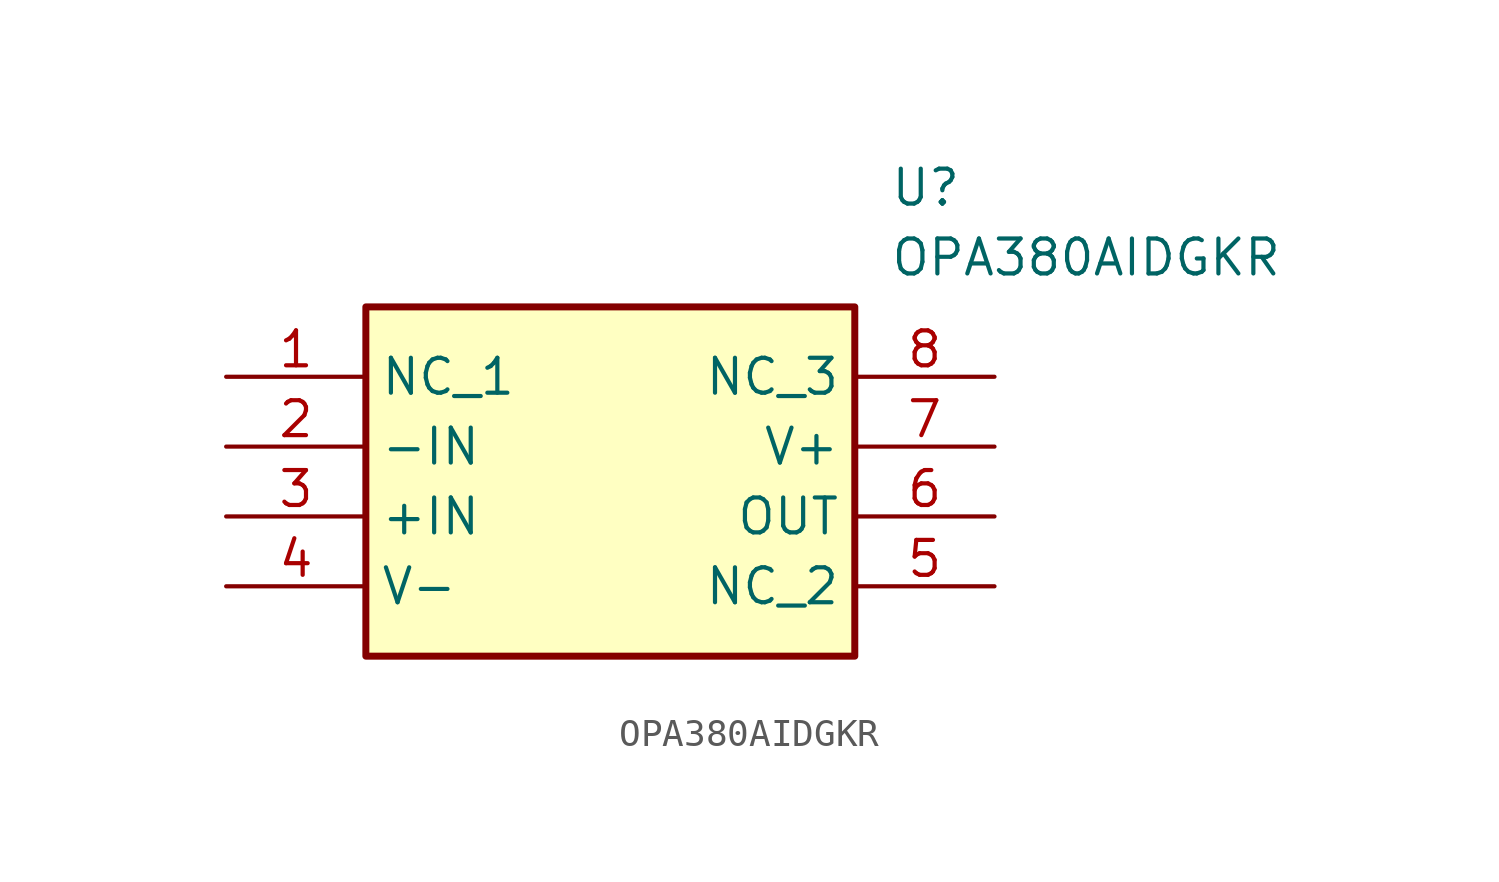
<source format=kicad_sym>
(kicad_symbol_lib
  (version 20211014)
  (generator SamacSys_ECAD_Model)
  (symbol "OPA380AIDGKR"
    (property "Reference" "U"
      (at 24.13 7.62 0)
      (effects (font (size 1.27 1.27)) (justify left top)))
    (property "Value" "OPA380AIDGKR"
      (at 24.13 5.08 0)
      (effects (font (size 1.27 1.27)) (justify left top)))
    (rectangle
      (start 5.08 2.54)
      (end 22.86 -10.16)
      (stroke (width 0.254) (type default))
      (fill (type background)))
    (pin passive line
      (at 0 0 0)
      (length 5.08)
      (name "NC_1" (effects (font (size 1.27 1.27))))
      (number "1" (effects (font (size 1.27 1.27)))))
    (pin input line
      (at 0 -2.54 0)
      (length 5.08)
      (name "-IN" (effects (font (size 1.27 1.27))))
      (number "2" (effects (font (size 1.27 1.27)))))
    (pin input line
      (at 0 -5.08 0)
      (length 5.08)
      (name "+IN" (effects (font (size 1.27 1.27))))
      (number "3" (effects (font (size 1.27 1.27)))))
    (pin power_in line
      (at 0 -7.62 0)
      (length 5.08)
      (name "V-" (effects (font (size 1.27 1.27))))
      (number "4" (effects (font (size 1.27 1.27)))))
    (pin passive line
      (at 27.94 0 180)
      (length 5.08)
      (name "NC_3" (effects (font (size 1.27 1.27))))
      (number "8" (effects (font (size 1.27 1.27)))))
    (pin power_in line
      (at 27.94 -2.54 180)
      (length 5.08)
      (name "V+" (effects (font (size 1.27 1.27))))
      (number "7" (effects (font (size 1.27 1.27)))))
    (pin output line
      (at 27.94 -5.08 180)
      (length 5.08)
      (name "OUT" (effects (font (size 1.27 1.27))))
      (number "6" (effects (font (size 1.27 1.27)))))
    (pin passive line
      (at 27.94 -7.62 180)
      (length 5.08)
      (name "NC_2" (effects (font (size 1.27 1.27))))
      (number "5" (effects (font (size 1.27 1.27)))))))
</source>
